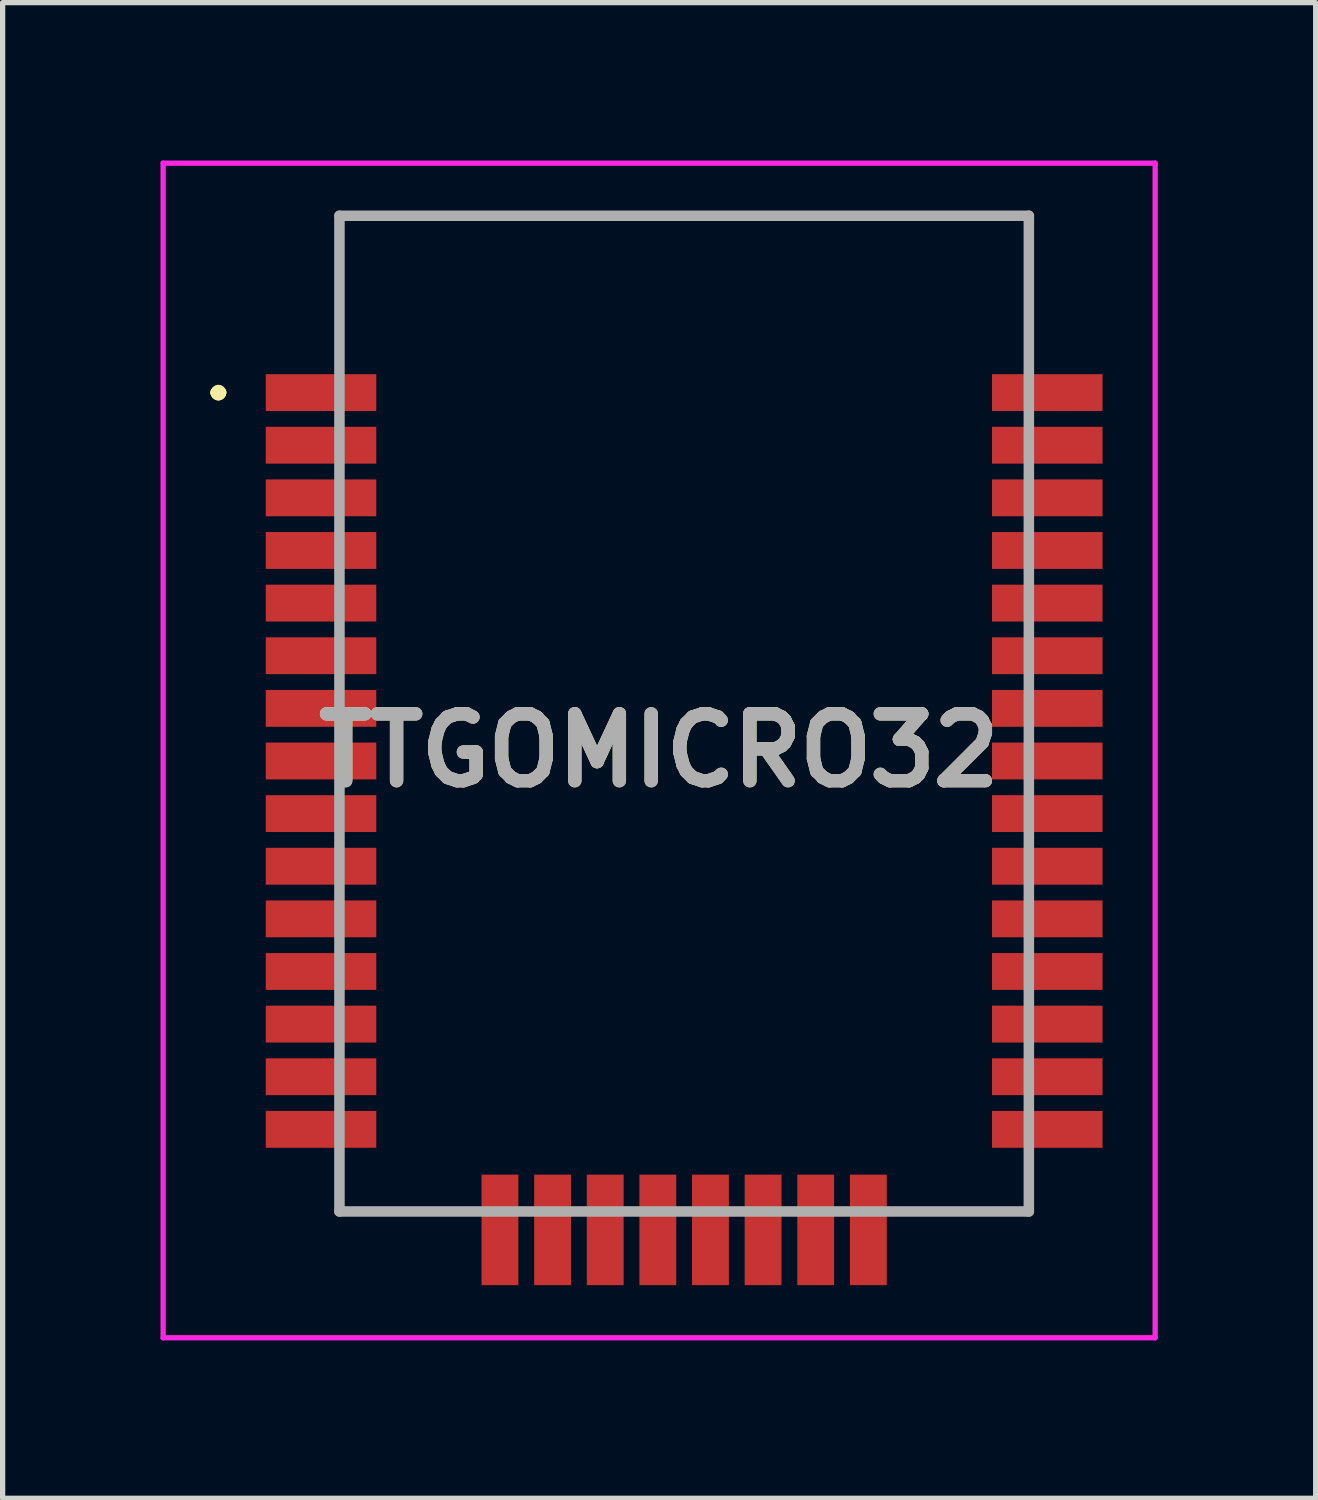
<source format=kicad_pcb>
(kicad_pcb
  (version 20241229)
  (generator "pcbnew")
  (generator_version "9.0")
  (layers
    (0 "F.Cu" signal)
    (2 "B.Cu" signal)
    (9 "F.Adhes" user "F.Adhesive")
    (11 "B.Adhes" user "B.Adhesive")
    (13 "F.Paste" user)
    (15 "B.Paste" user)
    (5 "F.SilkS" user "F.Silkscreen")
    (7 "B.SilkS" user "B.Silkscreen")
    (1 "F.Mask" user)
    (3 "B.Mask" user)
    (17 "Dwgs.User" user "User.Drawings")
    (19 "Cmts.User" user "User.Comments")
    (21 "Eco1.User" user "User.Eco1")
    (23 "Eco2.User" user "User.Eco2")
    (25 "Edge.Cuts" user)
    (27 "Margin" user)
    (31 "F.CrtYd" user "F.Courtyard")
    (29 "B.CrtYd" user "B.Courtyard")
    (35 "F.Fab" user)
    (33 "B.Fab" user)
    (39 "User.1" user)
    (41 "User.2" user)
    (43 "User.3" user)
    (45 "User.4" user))
  (footprint "TTGOMICRO32"
    (layer "F.Cu")
    (at 9.95 10.51)
    (property "Reference" "TTGOMICRO32" (at -0.475 0.7 0) (layer "F.SilkS") (effects (font (size 1.27 1.27) (thickness 0.254))))
    (attr smd)
    (fp_line (start -8.9 -6.1) (end -8.9 -6.1) (stroke (width 0.2) (type solid)) (layer "F.SilkS"))
    (fp_line (start -8.9 -6.1) (end -8.9 -6.1) (stroke (width 0.2) (type solid)) (layer "F.SilkS"))
    (fp_line (start -8.8 -6.1) (end -8.8 -6.1) (stroke (width 0.2) (type solid)) (layer "F.SilkS"))
    (fp_line (start -6.55 -9.46) (end -6.55 -9.46) (stroke (width 0.1) (type solid)) (layer "F.SilkS"))
    (fp_line (start -6.55 -9.46) (end -6.55 -9.46) (stroke (width 0.1) (type solid)) (layer "F.SilkS"))
    (fp_line (start -6.55 -9.46) (end -6.55 -7) (stroke (width 0.1) (type solid)) (layer "F.SilkS"))
    (fp_line (start -6.55 -9.46) (end 6.55 -9.46) (stroke (width 0.1) (type solid)) (layer "F.SilkS"))
    (fp_line (start -6.55 -7) (end -6.55 -9.46) (stroke (width 0.1) (type solid)) (layer "F.SilkS"))
    (fp_line (start -6.55 -7) (end -6.55 -7) (stroke (width 0.1) (type solid)) (layer "F.SilkS"))
    (fp_line (start -6.55 9) (end -6.55 9) (stroke (width 0.1) (type solid)) (layer "F.SilkS"))
    (fp_line (start -6.55 9) (end -6.55 9.46) (stroke (width 0.1) (type solid)) (layer "F.SilkS"))
    (fp_line (start -6.55 9.46) (end -6.55 9) (stroke (width 0.1) (type solid)) (layer "F.SilkS"))
    (fp_line (start -6.55 9.46) (end -6.55 9.46) (stroke (width 0.1) (type solid)) (layer "F.SilkS"))
    (fp_line (start -6.55 9.46) (end -6.55 9.46) (stroke (width 0.1) (type solid)) (layer "F.SilkS"))
    (fp_line (start -6.55 9.46) (end -4.5 9.46) (stroke (width 0.1) (type solid)) (layer "F.SilkS"))
    (fp_line (start -4.5 9.46) (end -6.55 9.46) (stroke (width 0.1) (type solid)) (layer "F.SilkS"))
    (fp_line (start -4.5 9.46) (end -4.5 9.46) (stroke (width 0.1) (type solid)) (layer "F.SilkS"))
    (fp_line (start 4.5 9.46) (end 4.5 9.46) (stroke (width 0.1) (type solid)) (layer "F.SilkS"))
    (fp_line (start 4.5 9.46) (end 6.55 9.46) (stroke (width 0.1) (type solid)) (layer "F.SilkS"))
    (fp_line (start 6.55 -9.46) (end -6.55 -9.46) (stroke (width 0.1) (type solid)) (layer "F.SilkS"))
    (fp_line (start 6.55 -9.46) (end 6.55 -9.46) (stroke (width 0.1) (type solid)) (layer "F.SilkS"))
    (fp_line (start 6.55 -9.46) (end 6.55 -9.46) (stroke (width 0.1) (type solid)) (layer "F.SilkS"))
    (fp_line (start 6.55 -9.46) (end 6.55 -7) (stroke (width 0.1) (type solid)) (layer "F.SilkS"))
    (fp_line (start 6.55 -7) (end 6.55 -9.46) (stroke (width 0.1) (type solid)) (layer "F.SilkS"))
    (fp_line (start 6.55 -7) (end 6.55 -7) (stroke (width 0.1) (type solid)) (layer "F.SilkS"))
    (fp_line (start 6.55 9) (end 6.55 9) (stroke (width 0.1) (type solid)) (layer "F.SilkS"))
    (fp_line (start 6.55 9) (end 6.55 9.46) (stroke (width 0.1) (type solid)) (layer "F.SilkS"))
    (fp_line (start 6.55 9.46) (end 4.5 9.46) (stroke (width 0.1) (type solid)) (layer "F.SilkS"))
    (fp_line (start 6.55 9.46) (end 6.55 9) (stroke (width 0.1) (type solid)) (layer "F.SilkS"))
    (fp_line (start 6.55 9.46) (end 6.55 9.46) (stroke (width 0.1) (type solid)) (layer "F.SilkS"))
    (fp_line (start 6.55 9.46) (end 6.55 9.46) (stroke (width 0.1) (type solid)) (layer "F.SilkS"))
    (fp_arc (start -8.9 -6.1) (mid -8.85 -6.15) (end -8.8 -6.1) (stroke (width 0.2) (type solid)) (layer "F.SilkS"))
    (fp_arc (start -8.8 -6.1) (mid -8.85 -6.05) (end -8.9 -6.1) (stroke (width 0.2) (type solid)) (layer "F.SilkS"))
    (fp_arc (start -8.8 -6.1) (mid -8.85 -6.05) (end -8.9 -6.1) (stroke (width 0.2) (type solid)) (layer "F.SilkS"))
    (fp_line (start -9.9 -10.46) (end 8.95 -10.46) (stroke (width 0.1) (type solid)) (layer "F.CrtYd"))
    (fp_line (start -9.9 11.86) (end -9.9 -10.46) (stroke (width 0.1) (type solid)) (layer "F.CrtYd"))
    (fp_line (start 8.95 -10.46) (end 8.95 11.86) (stroke (width 0.1) (type solid)) (layer "F.CrtYd"))
    (fp_line (start 8.95 11.86) (end -9.9 11.86) (stroke (width 0.1) (type solid)) (layer "F.CrtYd"))
    (fp_line (start -6.55 -9.46) (end -6.55 9.46) (stroke (width 0.2) (type solid)) (layer "F.Fab"))
    (fp_line (start -6.55 9.46) (end 6.55 9.46) (stroke (width 0.2) (type solid)) (layer "F.Fab"))
    (fp_line (start 6.55 -9.46) (end -6.55 -9.46) (stroke (width 0.2) (type solid)) (layer "F.Fab"))
    (fp_line (start 6.55 9.46) (end 6.55 -9.46) (stroke (width 0.2) (type solid)) (layer "F.Fab"))
    (fp_text user "${REFERENCE}" (at -0.475 0.7 0) (layer "F.Fab") (effects (font (size 1.27 1.27) (thickness 0.254))))
    (pad "1" smd rect (at -6.9 -6.1 90) (size 0.7 2.1) (layers "F.Cu" "F.Mask" "F.Paste"))
    (pad "2" smd rect (at -6.9 -5.1 90) (size 0.7 2.1) (layers "F.Cu" "F.Mask" "F.Paste"))
    (pad "3" smd rect (at -6.9 -4.1 90) (size 0.7 2.1) (layers "F.Cu" "F.Mask" "F.Paste"))
    (pad "4" smd rect (at -6.9 -3.1 90) (size 0.7 2.1) (layers "F.Cu" "F.Mask" "F.Paste"))
    (pad "5" smd rect (at -6.9 -2.1 90) (size 0.7 2.1) (layers "F.Cu" "F.Mask" "F.Paste"))
    (pad "6" smd rect (at -6.9 -1.1 90) (size 0.7 2.1) (layers "F.Cu" "F.Mask" "F.Paste"))
    (pad "7" smd rect (at -6.9 -0.1 90) (size 0.7 2.1) (layers "F.Cu" "F.Mask" "F.Paste"))
    (pad "8" smd rect (at -6.9 0.9 90) (size 0.7 2.1) (layers "F.Cu" "F.Mask" "F.Paste"))
    (pad "9" smd rect (at -6.9 1.9 90) (size 0.7 2.1) (layers "F.Cu" "F.Mask" "F.Paste"))
    (pad "10" smd rect (at -6.9 2.9 90) (size 0.7 2.1) (layers "F.Cu" "F.Mask" "F.Paste"))
    (pad "11" smd rect (at -6.9 3.9 90) (size 0.7 2.1) (layers "F.Cu" "F.Mask" "F.Paste"))
    (pad "12" smd rect (at -6.9 4.9 90) (size 0.7 2.1) (layers "F.Cu" "F.Mask" "F.Paste"))
    (pad "13" smd rect (at -6.9 5.9 90) (size 0.7 2.1) (layers "F.Cu" "F.Mask" "F.Paste"))
    (pad "14" smd rect (at -6.9 6.9 90) (size 0.7 2.1) (layers "F.Cu" "F.Mask" "F.Paste"))
    (pad "15" smd rect (at -6.9 7.9 90) (size 0.7 2.1) (layers "F.Cu" "F.Mask" "F.Paste"))
    (pad "16" smd rect (at -3.5 9.81) (size 0.7 2.1) (layers "F.Cu" "F.Mask" "F.Paste"))
    (pad "17" smd rect (at -2.5 9.81) (size 0.7 2.1) (layers "F.Cu" "F.Mask" "F.Paste"))
    (pad "18" smd rect (at -1.5 9.81) (size 0.7 2.1) (layers "F.Cu" "F.Mask" "F.Paste"))
    (pad "19" smd rect (at -0.5 9.81) (size 0.7 2.1) (layers "F.Cu" "F.Mask" "F.Paste"))
    (pad "20" smd rect (at 0.5 9.81) (size 0.7 2.1) (layers "F.Cu" "F.Mask" "F.Paste"))
    (pad "21" smd rect (at 1.5 9.81) (size 0.7 2.1) (layers "F.Cu" "F.Mask" "F.Paste"))
    (pad "22" smd rect (at 2.5 9.81) (size 0.7 2.1) (layers "F.Cu" "F.Mask" "F.Paste"))
    (pad "23" smd rect (at 3.5 9.81) (size 0.7 2.1) (layers "F.Cu" "F.Mask" "F.Paste"))
    (pad "24" smd rect (at 6.9 7.9 90) (size 0.7 2.1) (layers "F.Cu" "F.Mask" "F.Paste"))
    (pad "25" smd rect (at 6.9 6.9 90) (size 0.7 2.1) (layers "F.Cu" "F.Mask" "F.Paste"))
    (pad "26" smd rect (at 6.9 5.9 90) (size 0.7 2.1) (layers "F.Cu" "F.Mask" "F.Paste"))
    (pad "27" smd rect (at 6.9 4.9 90) (size 0.7 2.1) (layers "F.Cu" "F.Mask" "F.Paste"))
    (pad "28" smd rect (at 6.9 3.9 90) (size 0.7 2.1) (layers "F.Cu" "F.Mask" "F.Paste"))
    (pad "29" smd rect (at 6.9 2.9 90) (size 0.7 2.1) (layers "F.Cu" "F.Mask" "F.Paste"))
    (pad "30" smd rect (at 6.9 1.9 90) (size 0.7 2.1) (layers "F.Cu" "F.Mask" "F.Paste"))
    (pad "31" smd rect (at 6.9 0.9 90) (size 0.7 2.1) (layers "F.Cu" "F.Mask" "F.Paste"))
    (pad "32" smd rect (at 6.9 -0.1 90) (size 0.7 2.1) (layers "F.Cu" "F.Mask" "F.Paste"))
    (pad "33" smd rect (at 6.9 -1.1 90) (size 0.7 2.1) (layers "F.Cu" "F.Mask" "F.Paste"))
    (pad "34" smd rect (at 6.9 -2.1 90) (size 0.7 2.1) (layers "F.Cu" "F.Mask" "F.Paste"))
    (pad "35" smd rect (at 6.9 -3.1 90) (size 0.7 2.1) (layers "F.Cu" "F.Mask" "F.Paste"))
    (pad "36" smd rect (at 6.9 -4.1 90) (size 0.7 2.1) (layers "F.Cu" "F.Mask" "F.Paste"))
    (pad "37" smd rect (at 6.9 -5.1 90) (size 0.7 2.1) (layers "F.Cu" "F.Mask" "F.Paste"))
    (pad "38" smd rect (at 6.9 -6.1 90) (size 0.7 2.1) (layers "F.Cu" "F.Mask" "F.Paste")))
  (gr_rect
    (start -3 -3)
    (end 21.95 25.42)
    (stroke (width 0.1) (type default))
    (fill no)
    (layer "Edge.Cuts")))
</source>
